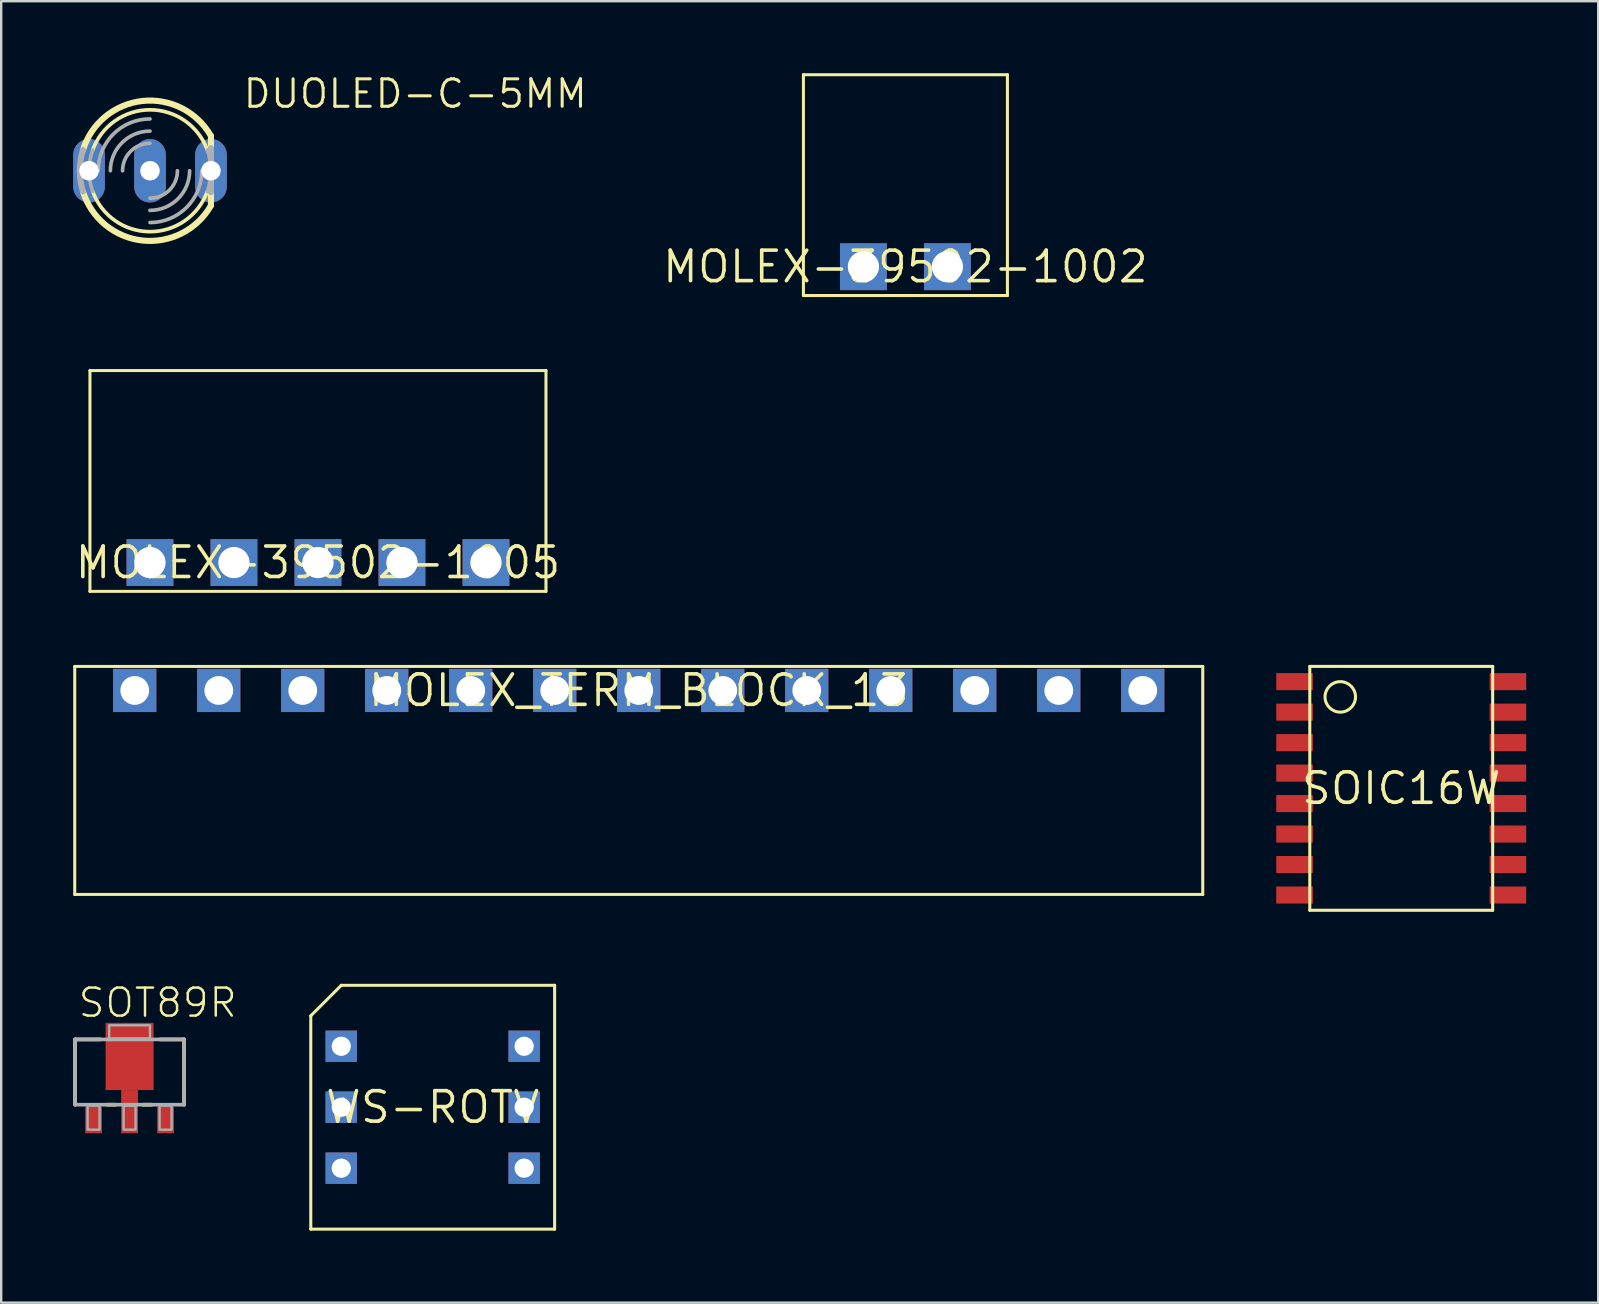
<source format=kicad_pcb>
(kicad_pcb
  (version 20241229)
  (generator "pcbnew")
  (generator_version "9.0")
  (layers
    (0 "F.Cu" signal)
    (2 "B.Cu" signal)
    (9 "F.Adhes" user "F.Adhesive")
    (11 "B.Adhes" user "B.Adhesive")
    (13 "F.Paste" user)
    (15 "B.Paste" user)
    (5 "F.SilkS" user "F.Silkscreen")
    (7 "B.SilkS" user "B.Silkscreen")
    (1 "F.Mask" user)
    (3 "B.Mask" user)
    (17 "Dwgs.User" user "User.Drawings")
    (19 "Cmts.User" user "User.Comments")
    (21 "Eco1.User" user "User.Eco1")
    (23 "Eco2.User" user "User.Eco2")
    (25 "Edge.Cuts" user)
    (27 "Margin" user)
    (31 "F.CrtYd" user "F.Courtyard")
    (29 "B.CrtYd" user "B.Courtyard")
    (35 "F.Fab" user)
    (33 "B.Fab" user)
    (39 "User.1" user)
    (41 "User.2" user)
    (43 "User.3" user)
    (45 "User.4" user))
  (footprint "MOLEX-39502-1002"
    (layer "F.Cu")
    (at 34.675 8.063)
    (property "Reference" "MOLEX-39502-1002" (at 0 0 0) (layer "F.SilkS") (effects (font (size 1.27 1.27) (thickness 0.15))))
    (fp_line (start -4.25 -8) (end 4.25 -8) (stroke (width 0.127) (type solid)) (layer "F.SilkS"))
    (fp_line (start -4.25 1.2) (end -4.25 -8) (stroke (width 0.127) (type solid)) (layer "F.SilkS"))
    (fp_line (start 4.25 -8) (end 4.25 1.2) (stroke (width 0.127) (type solid)) (layer "F.SilkS"))
    (fp_line (start 4.25 1.2) (end -4.25 1.2) (stroke (width 0.127) (type solid)) (layer "F.SilkS"))
    (pad "1" thru_hole rect (at -1.75 0) (size 1.95 1.95) (drill 1.3) (layers "*.Cu" "*.Mask"))
    (pad "2" thru_hole rect (at 1.75 0) (size 1.95 1.95) (drill 1.3) (layers "*.Cu" "*.Mask")))
  (footprint "MOLEX-39502-1005"
    (layer "F.Cu")
    (at 10.198 20.39)
    (property "Reference" "MOLEX-39502-1005" (at 0 0 0) (layer "F.SilkS") (effects (font (size 1.27 1.27) (thickness 0.15))))
    (fp_line (start -9.5 -8) (end 9.5 -8) (stroke (width 0.127) (type solid)) (layer "F.SilkS"))
    (fp_line (start -9.5 1.2) (end -9.5 -8) (stroke (width 0.127) (type solid)) (layer "F.SilkS"))
    (fp_line (start 9.5 -8) (end 9.5 1.2) (stroke (width 0.127) (type solid)) (layer "F.SilkS"))
    (fp_line (start 9.5 1.2) (end -9.5 1.2) (stroke (width 0.127) (type solid)) (layer "F.SilkS"))
    (pad "1" thru_hole rect (at -7 0) (size 1.95 1.95) (drill 1.3) (layers "*.Cu" "*.Mask"))
    (pad "2" thru_hole rect (at -3.5 0) (size 1.95 1.95) (drill 1.3) (layers "*.Cu" "*.Mask"))
    (pad "3" thru_hole rect (at 0 0) (size 1.95 1.95) (drill 1.3) (layers "*.Cu" "*.Mask"))
    (pad "4" thru_hole rect (at 3.5 0) (size 1.95 1.95) (drill 1.3) (layers "*.Cu" "*.Mask"))
    (pad "5" thru_hole rect (at 7 0) (size 1.95 1.95) (drill 1.3) (layers "*.Cu" "*.Mask")))
  (footprint "WS-ROTV"
    (layer "F.Cu")
    (at 14.979 43.084)
    (property "Reference" "WS-ROTV" (at 0 0 0) (layer "F.SilkS") (effects (font (size 1.27 1.27) (thickness 0.15))))
    (fp_line (start -5.08 -3.81) (end -3.81 -5.08) (stroke (width 0.127) (type solid)) (layer "F.SilkS"))
    (fp_line (start -5.08 5.08) (end -5.08 -3.81) (stroke (width 0.127) (type solid)) (layer "F.SilkS"))
    (fp_line (start -3.81 -5.08) (end 5.08 -5.08) (stroke (width 0.127) (type solid)) (layer "F.SilkS"))
    (fp_line (start 5.08 -5.08) (end 5.08 5.08) (stroke (width 0.127) (type solid)) (layer "F.SilkS"))
    (fp_line (start 5.08 5.08) (end -5.08 5.08) (stroke (width 0.127) (type solid)) (layer "F.SilkS"))
    (pad "1" thru_hole rect (at -3.81 -2.54) (size 1.308 1.308) (drill 0.8) (layers "*.Cu" "*.Mask"))
    (pad "2" thru_hole rect (at 3.81 2.54) (size 1.308 1.308) (drill 0.8) (layers "*.Cu" "*.Mask"))
    (pad "4" thru_hole rect (at -3.81 2.54) (size 1.308 1.308) (drill 0.8) (layers "*.Cu" "*.Mask"))
    (pad "8" thru_hole rect (at 3.81 -2.54) (size 1.308 1.308) (drill 0.8) (layers "*.Cu" "*.Mask"))
    (pad "C" thru_hole rect (at -3.81 0) (size 1.308 1.308) (drill 0.8) (layers "*.Cu" "*.Mask"))
    (pad "C2" thru_hole rect (at 3.81 0) (size 1.308 1.308) (drill 0.8) (layers "*.Cu" "*.Mask")))
  (footprint "SOT89R"
    (layer "F.Cu")
    (at 2.349 41.869)
    (property "Reference" "SOT89R" (at -2.205 -2.455 0) (layer "F.SilkS") (effects (font (size 1.168 1.168) (thickness 0.102)) (justify left bottom)))
    (fp_poly (pts (xy -0.45 2.4) (xy 0.45 2.4) (xy 0.45 1.1) (xy -0.45 1.1)) (stroke (width 0) (type solid)) (fill yes) (layer "F.Mask"))
    (fp_line (start -2.272 -1.61) (end -1.214 -1.61) (stroke (width 0.152) (type solid)) (layer "F.SilkS"))
    (fp_line (start -2.272 1.102) (end -2.272 -1.61) (stroke (width 0.152) (type solid)) (layer "F.SilkS"))
    (fp_line (start -0.578 1.11) (end -0.936 1.11) (stroke (width 0.152) (type solid)) (layer "F.SilkS"))
    (fp_line (start 0.922 1.11) (end 0.564 1.11) (stroke (width 0.152) (type solid)) (layer "F.SilkS"))
    (fp_line (start 1.264 -1.61) (end 2.272 -1.61) (stroke (width 0.152) (type solid)) (layer "F.SilkS"))
    (fp_line (start 2.272 -1.61) (end 2.272 1.102) (stroke (width 0.152) (type solid)) (layer "F.SilkS"))
    (fp_poly (pts (xy -0.35 2.3) (xy 0.35 2.3) (xy 0.35 1.2) (xy -0.35 1.2)) (stroke (width 0) (type solid)) (fill yes) (layer "F.Paste"))
    (fp_line (start -2.272 -1.61) (end 2.272 -1.61) (stroke (width 0.152) (type solid)) (layer "F.Fab"))
    (fp_line (start -2.272 1.11) (end -2.272 -1.61) (stroke (width 0.152) (type solid)) (layer "F.Fab"))
    (fp_line (start 2.272 -1.61) (end 2.272 1.11) (stroke (width 0.152) (type solid)) (layer "F.Fab"))
    (fp_line (start 2.272 1.11) (end -2.272 1.11) (stroke (width 0.152) (type solid)) (layer "F.Fab"))
    (fp_poly (pts (xy -1.75 2.15) (xy -1.25 2.15) (xy -1.25 1.15) (xy -1.75 1.15)) (stroke (width 0.1) (type solid)) (fill no) (layer "F.Fab"))
    (fp_poly (pts (xy -0.85 -1.65) (xy 0.85 -1.65) (xy 0.85 -2.2) (xy -0.85 -2.2)) (stroke (width 0.1) (type solid)) (fill no) (layer "F.Fab"))
    (fp_poly (pts (xy -0.25 2.15) (xy 0.25 2.15) (xy 0.25 1.15) (xy -0.25 1.15)) (stroke (width 0.1) (type solid)) (fill no) (layer "F.Fab"))
    (fp_poly (pts (xy 1.25 2.15) (xy 1.75 2.15) (xy 1.75 1.15) (xy 1.25 1.15)) (stroke (width 0.1) (type solid)) (fill no) (layer "F.Fab"))
    (pad "1" smd rect (at 1.5 1.75) (size 0.7 1.1) (layers "F.Cu" "F.Mask" "F.Paste"))
    (pad "2" smd rect (at -1.5 1.75) (size 0.7 1.1) (layers "F.Cu" "F.Mask" "F.Paste"))
    (pad "3" smd rect (at 0 1.4) (size 0.7 1.8) (layers "F.Cu"))
    (pad "4" smd rect (at 0 -0.9) (size 2 2.8) (layers "F.Cu" "F.Mask" "F.Paste")))
  (footprint "MOLEX_TERM_BLOCK_13"
    (layer "F.Cu")
    (at 23.564 25.718)
    (property "Reference" "MOLEX_TERM_BLOCK_13" (at 0 0 0) (layer "F.SilkS") (effects (font (size 1.27 1.27) (thickness 0.15))))
    (fp_line (start -23.5 -1) (end 23.5 -1) (stroke (width 0.127) (type solid)) (layer "F.SilkS"))
    (fp_line (start -23.5 8.5) (end -23.5 -1) (stroke (width 0.127) (type solid)) (layer "F.SilkS"))
    (fp_line (start 23.5 -1) (end 23.5 8.5) (stroke (width 0.127) (type solid)) (layer "F.SilkS"))
    (fp_line (start 23.5 8.5) (end -23.5 8.5) (stroke (width 0.127) (type solid)) (layer "F.SilkS"))
    (pad "1" thru_hole rect (at -21 0) (size 1.8 1.8) (drill 1.2) (layers "*.Cu" "*.Mask"))
    (pad "2" thru_hole rect (at -17.5 0) (size 1.8 1.8) (drill 1.2) (layers "*.Cu" "*.Mask"))
    (pad "3" thru_hole rect (at -14 0) (size 1.8 1.8) (drill 1.2) (layers "*.Cu" "*.Mask"))
    (pad "4" thru_hole rect (at -10.5 0) (size 1.8 1.8) (drill 1.2) (layers "*.Cu" "*.Mask"))
    (pad "5" thru_hole rect (at -7 0) (size 1.8 1.8) (drill 1.2) (layers "*.Cu" "*.Mask"))
    (pad "6" thru_hole rect (at -3.5 0) (size 1.8 1.8) (drill 1.2) (layers "*.Cu" "*.Mask"))
    (pad "7" thru_hole rect (at 0 0) (size 1.8 1.8) (drill 1.2) (layers "*.Cu" "*.Mask"))
    (pad "8" thru_hole rect (at 3.5 0) (size 1.8 1.8) (drill 1.2) (layers "*.Cu" "*.Mask"))
    (pad "9" thru_hole rect (at 7 0) (size 1.8 1.8) (drill 1.2) (layers "*.Cu" "*.Mask"))
    (pad "10" thru_hole rect (at 10.5 0) (size 1.8 1.8) (drill 1.2) (layers "*.Cu" "*.Mask"))
    (pad "11" thru_hole rect (at 14 0) (size 1.8 1.8) (drill 1.2) (layers "*.Cu" "*.Mask"))
    (pad "12" thru_hole rect (at 17.5 0) (size 1.8 1.8) (drill 1.2) (layers "*.Cu" "*.Mask"))
    (pad "13" thru_hole rect (at 21 0) (size 1.8 1.8) (drill 1.2) (layers "*.Cu" "*.Mask")))
  (footprint "SOIC16W"
    (layer "F.Cu")
    (at 55.334 29.797)
    (property "Reference" "SOIC16W" (at 0 0 0) (layer "F.SilkS") (effects (font (size 1.27 1.27) (thickness 0.15))))
    (fp_line (start -3.81 -5.08) (end 3.81 -5.08) (stroke (width 0.127) (type solid)) (layer "F.SilkS"))
    (fp_line (start -3.81 5.08) (end -3.81 -5.08) (stroke (width 0.127) (type solid)) (layer "F.SilkS"))
    (fp_line (start 3.81 -5.08) (end 3.81 5.08) (stroke (width 0.127) (type solid)) (layer "F.SilkS"))
    (fp_line (start 3.81 5.08) (end -3.81 5.08) (stroke (width 0.127) (type solid)) (layer "F.SilkS"))
    (fp_circle (center -2.54 -3.81) (end -1.905 -3.81) (stroke (width 0.127) (type solid)) (fill no) (layer "F.SilkS"))
    (pad "1" smd rect (at -4.445 -4.445) (size 1.524 0.711) (layers "F.Cu" "F.Mask" "F.Paste"))
    (pad "2" smd rect (at -4.445 -3.175) (size 1.524 0.711) (layers "F.Cu" "F.Mask" "F.Paste"))
    (pad "3" smd rect (at -4.445 -1.905) (size 1.524 0.711) (layers "F.Cu" "F.Mask" "F.Paste"))
    (pad "4" smd rect (at -4.445 -0.635) (size 1.524 0.711) (layers "F.Cu" "F.Mask" "F.Paste"))
    (pad "5" smd rect (at -4.445 0.635) (size 1.524 0.711) (layers "F.Cu" "F.Mask" "F.Paste"))
    (pad "6" smd rect (at -4.445 1.905) (size 1.524 0.711) (layers "F.Cu" "F.Mask" "F.Paste"))
    (pad "7" smd rect (at -4.445 3.175) (size 1.524 0.711) (layers "F.Cu" "F.Mask" "F.Paste"))
    (pad "8" smd rect (at -4.445 4.445) (size 1.524 0.711) (layers "F.Cu" "F.Mask" "F.Paste"))
    (pad "9" smd rect (at 4.445 4.445) (size 1.524 0.711) (layers "F.Cu" "F.Mask" "F.Paste"))
    (pad "10" smd rect (at 4.445 3.175) (size 1.524 0.711) (layers "F.Cu" "F.Mask" "F.Paste"))
    (pad "11" smd rect (at 4.445 1.905) (size 1.524 0.711) (layers "F.Cu" "F.Mask" "F.Paste"))
    (pad "12" smd rect (at 4.445 0.635) (size 1.524 0.711) (layers "F.Cu" "F.Mask" "F.Paste"))
    (pad "13" smd rect (at 4.445 -0.635) (size 1.524 0.711) (layers "F.Cu" "F.Mask" "F.Paste"))
    (pad "14" smd rect (at 4.445 -1.905) (size 1.524 0.711) (layers "F.Cu" "F.Mask" "F.Paste"))
    (pad "15" smd rect (at 4.445 -3.175) (size 1.524 0.711) (layers "F.Cu" "F.Mask" "F.Paste"))
    (pad "16" smd rect (at 4.445 -4.445) (size 1.524 0.711) (layers "F.Cu" "F.Mask" "F.Paste")))
  (footprint "DUOLED-C-5MM"
    (layer "F.Cu")
    (at 3.2 4.064)
    (property "Reference" "DUOLED-C-5MM" (at 3.81 -2.54 0) (layer "F.SilkS") (effects (font (size 1.143 1.143) (thickness 0.127)) (justify left bottom)))
    (fp_line (start 2.54 -1.448) (end 2.54 -0.889) (stroke (width 0.254) (type solid)) (layer "F.SilkS"))
    (fp_line (start 2.54 0.889) (end 2.54 1.448) (stroke (width 0.254) (type solid)) (layer "F.SilkS"))
    (fp_arc (start -2.7933 -0.8634) (mid -0.3185 -2.906455) (end 2.540001 -1.447798) (stroke (width 0.254) (type solid)) (layer "F.SilkS"))
    (fp_arc (start -2.3876 -0.8636) (mid 0 -2.538984) (end 2.3876 -0.8636) (stroke (width 0.1524) (type solid)) (layer "F.SilkS"))
    (fp_arc (start 2.3876 0.8636) (mid 0 2.538984) (end -2.3876 0.8636) (stroke (width 0.1524) (type solid)) (layer "F.SilkS"))
    (fp_arc (start 2.540698 1.448201) (mid -0.318535 2.906916) (end -2.794 0.8636) (stroke (width 0.254) (type solid)) (layer "F.SilkS"))
    (fp_line (start 2.54 -0.94) (end 2.54 0.889) (stroke (width 0.254) (type solid)) (layer "F.Fab"))
    (fp_arc (start -2.794 0.8636) (mid -2.924421 0) (end -2.794 -0.8636) (stroke (width 0.254) (type solid)) (layer "F.Fab"))
    (fp_arc (start -2.3876 0.8636) (mid -2.538984 0) (end -2.3876 -0.8636) (stroke (width 0.1524) (type solid)) (layer "F.Fab"))
    (fp_arc (start -2.159 0) (mid -1.526644 -1.526644) (end 0 -2.159) (stroke (width 0.1524) (type solid)) (layer "F.Fab"))
    (fp_arc (start -1.651 0) (mid -1.167433 -1.167433) (end 0 -1.651) (stroke (width 0.1524) (type solid)) (layer "F.Fab"))
    (fp_arc (start -1.143 0) (mid -0.808223 -0.808223) (end 0 -1.143) (stroke (width 0.1524) (type solid)) (layer "F.Fab"))
    (fp_arc (start 1.143 0) (mid 0.808223 0.808223) (end 0 1.143) (stroke (width 0.1524) (type solid)) (layer "F.Fab"))
    (fp_arc (start 1.651 0) (mid 1.167433 1.167433) (end 0 1.651) (stroke (width 0.1524) (type solid)) (layer "F.Fab"))
    (fp_arc (start 2.159 0) (mid 1.526644 1.526644) (end 0 2.159) (stroke (width 0.1524) (type solid)) (layer "F.Fab"))
    (fp_arc (start 2.3876 -0.8636) (mid 2.538984 0) (end 2.3876 0.8636) (stroke (width 0.1524) (type solid)) (layer "F.Fab"))
    (pad "AR" thru_hole oval (at 2.54 0 90) (size 2.642 1.321) (drill 0.813) (layers "*.Cu" "*.Mask"))
    (pad "AX" thru_hole oval (at -2.54 0 90) (size 2.642 1.321) (drill 0.813) (layers "*.Cu" "*.Mask"))
    (pad "C" thru_hole oval (at 0 0 90) (size 2.642 1.321) (drill 0.813) (layers "*.Cu" "*.Mask")))
  (gr_rect
    (start -3 -3)
    (end 63.541 51.228)
    (stroke (width 0.1) (type default))
    (fill no)
    (layer "Edge.Cuts")))
</source>
